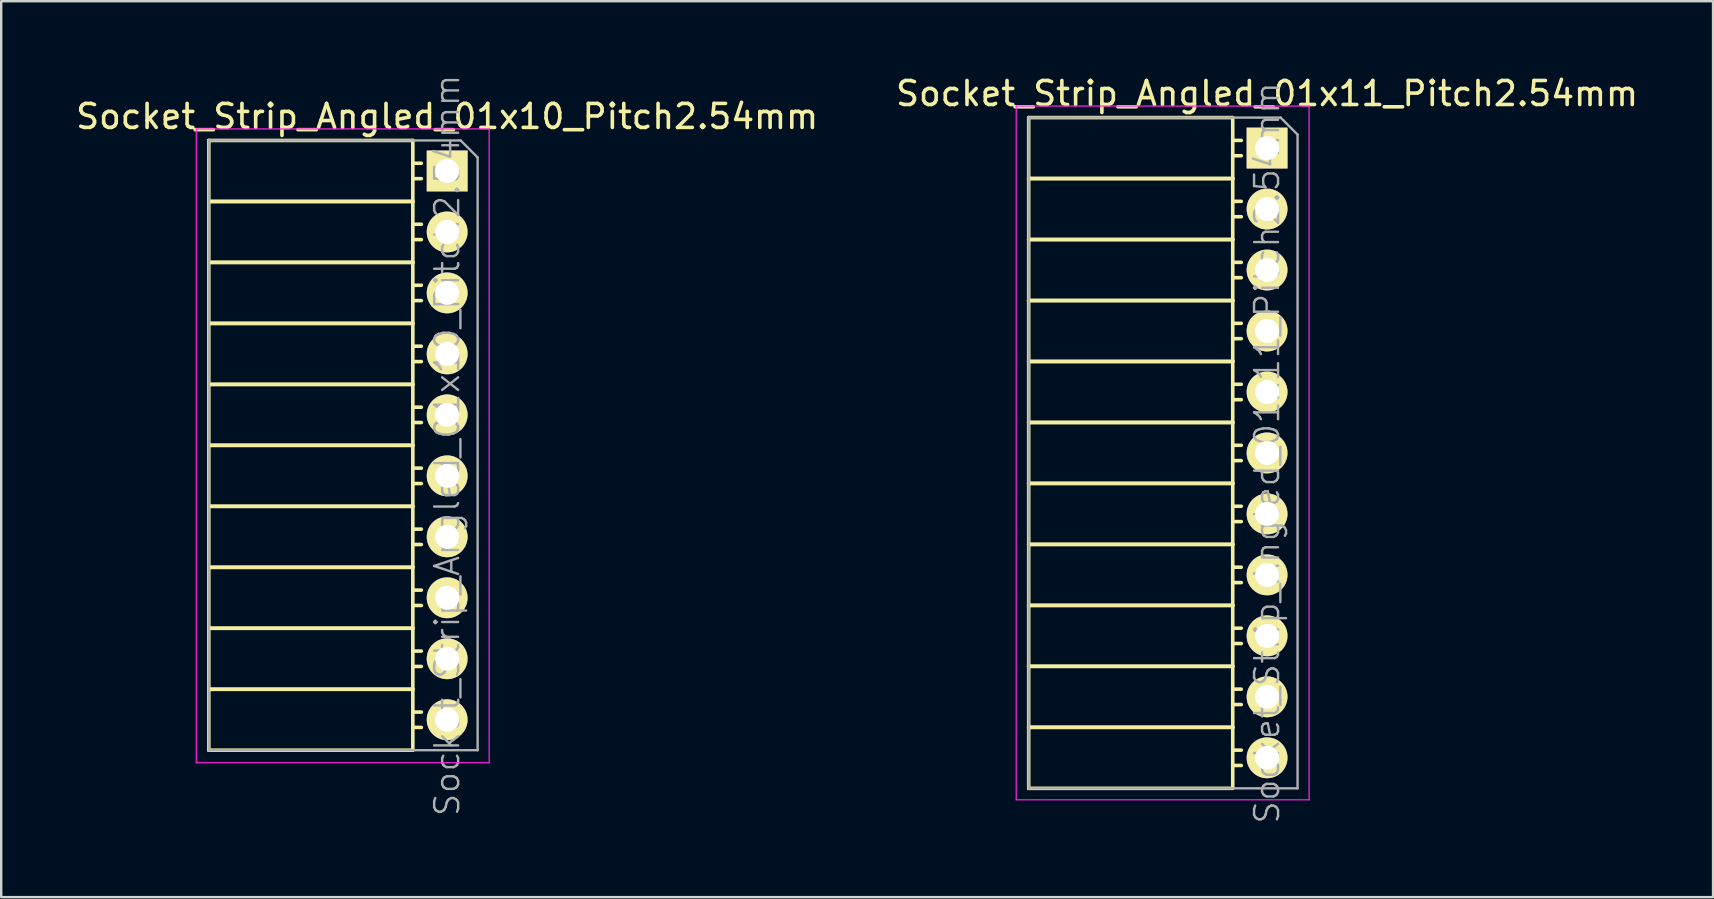
<source format=kicad_pcb>
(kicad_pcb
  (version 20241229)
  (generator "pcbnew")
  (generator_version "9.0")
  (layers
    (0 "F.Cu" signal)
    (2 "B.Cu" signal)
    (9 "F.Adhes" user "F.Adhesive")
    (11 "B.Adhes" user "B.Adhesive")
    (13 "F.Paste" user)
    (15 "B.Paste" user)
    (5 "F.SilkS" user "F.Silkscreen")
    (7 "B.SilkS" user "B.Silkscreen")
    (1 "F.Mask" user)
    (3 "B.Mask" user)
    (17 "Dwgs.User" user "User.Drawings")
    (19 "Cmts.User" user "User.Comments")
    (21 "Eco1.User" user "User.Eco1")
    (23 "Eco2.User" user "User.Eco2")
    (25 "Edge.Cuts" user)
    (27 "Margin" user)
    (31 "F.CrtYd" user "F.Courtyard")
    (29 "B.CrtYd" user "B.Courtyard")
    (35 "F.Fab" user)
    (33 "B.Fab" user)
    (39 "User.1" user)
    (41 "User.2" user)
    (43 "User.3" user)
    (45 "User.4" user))
  (footprint "Socket_Strip_Angled_01x10_Pitch2.54mm"
    (layer "F.Cu")
    (at 15.577 4.072)
    (property "Reference" "Socket_Strip_Angled_01x10_Pitch2.54mm" (at 0 -2.27 0) (layer "F.SilkS") (effects (font (size 1 1) (thickness 0.15))))
    (attr smd)
    (fp_line (start -9.93 -1.27) (end -9.93 1.27) (stroke (width 0.15) (type solid)) (layer "F.SilkS"))
    (fp_line (start -9.93 -1.27) (end -1.43 -1.27) (stroke (width 0.15) (type solid)) (layer "F.SilkS"))
    (fp_line (start -9.93 1.27) (end -9.93 3.81) (stroke (width 0.15) (type solid)) (layer "F.SilkS"))
    (fp_line (start -9.93 1.27) (end -1.43 1.27) (stroke (width 0.15) (type solid)) (layer "F.SilkS"))
    (fp_line (start -9.93 1.27) (end -1.43 1.27) (stroke (width 0.15) (type solid)) (layer "F.SilkS"))
    (fp_line (start -9.93 3.81) (end -9.93 6.35) (stroke (width 0.15) (type solid)) (layer "F.SilkS"))
    (fp_line (start -9.93 3.81) (end -1.43 3.81) (stroke (width 0.15) (type solid)) (layer "F.SilkS"))
    (fp_line (start -9.93 3.81) (end -1.43 3.81) (stroke (width 0.15) (type solid)) (layer "F.SilkS"))
    (fp_line (start -9.93 6.35) (end -9.93 8.89) (stroke (width 0.15) (type solid)) (layer "F.SilkS"))
    (fp_line (start -9.93 6.35) (end -1.43 6.35) (stroke (width 0.15) (type solid)) (layer "F.SilkS"))
    (fp_line (start -9.93 6.35) (end -1.43 6.35) (stroke (width 0.15) (type solid)) (layer "F.SilkS"))
    (fp_line (start -9.93 8.89) (end -9.93 11.43) (stroke (width 0.15) (type solid)) (layer "F.SilkS"))
    (fp_line (start -9.93 8.89) (end -1.43 8.89) (stroke (width 0.15) (type solid)) (layer "F.SilkS"))
    (fp_line (start -9.93 8.89) (end -1.43 8.89) (stroke (width 0.15) (type solid)) (layer "F.SilkS"))
    (fp_line (start -9.93 11.43) (end -9.93 13.97) (stroke (width 0.15) (type solid)) (layer "F.SilkS"))
    (fp_line (start -9.93 11.43) (end -1.43 11.43) (stroke (width 0.15) (type solid)) (layer "F.SilkS"))
    (fp_line (start -9.93 11.43) (end -1.43 11.43) (stroke (width 0.15) (type solid)) (layer "F.SilkS"))
    (fp_line (start -9.93 13.97) (end -9.93 16.51) (stroke (width 0.15) (type solid)) (layer "F.SilkS"))
    (fp_line (start -9.93 13.97) (end -1.43 13.97) (stroke (width 0.15) (type solid)) (layer "F.SilkS"))
    (fp_line (start -9.93 13.97) (end -1.43 13.97) (stroke (width 0.15) (type solid)) (layer "F.SilkS"))
    (fp_line (start -9.93 16.51) (end -9.93 19.05) (stroke (width 0.15) (type solid)) (layer "F.SilkS"))
    (fp_line (start -9.93 16.51) (end -1.43 16.51) (stroke (width 0.15) (type solid)) (layer "F.SilkS"))
    (fp_line (start -9.93 16.51) (end -1.43 16.51) (stroke (width 0.15) (type solid)) (layer "F.SilkS"))
    (fp_line (start -9.93 19.05) (end -9.93 21.59) (stroke (width 0.15) (type solid)) (layer "F.SilkS"))
    (fp_line (start -9.93 19.05) (end -1.43 19.05) (stroke (width 0.15) (type solid)) (layer "F.SilkS"))
    (fp_line (start -9.93 19.05) (end -1.43 19.05) (stroke (width 0.15) (type solid)) (layer "F.SilkS"))
    (fp_line (start -9.93 21.59) (end -9.93 24.13) (stroke (width 0.15) (type solid)) (layer "F.SilkS"))
    (fp_line (start -9.93 21.59) (end -1.43 21.59) (stroke (width 0.15) (type solid)) (layer "F.SilkS"))
    (fp_line (start -9.93 21.59) (end -1.43 21.59) (stroke (width 0.15) (type solid)) (layer "F.SilkS"))
    (fp_line (start -9.93 24.13) (end -1.43 24.13) (stroke (width 0.15) (type solid)) (layer "F.SilkS"))
    (fp_line (start -1.43 -1.27) (end -1.43 1.27) (stroke (width 0.15) (type solid)) (layer "F.SilkS"))
    (fp_line (start -1.43 -0.32) (end -1.075 -0.32) (stroke (width 0.15) (type solid)) (layer "F.SilkS"))
    (fp_line (start -1.43 0.32) (end -1.075 0.32) (stroke (width 0.15) (type solid)) (layer "F.SilkS"))
    (fp_line (start -1.43 1.27) (end -1.43 3.81) (stroke (width 0.15) (type solid)) (layer "F.SilkS"))
    (fp_line (start -1.43 2.22) (end -1.075 2.22) (stroke (width 0.15) (type solid)) (layer "F.SilkS"))
    (fp_line (start -1.43 2.86) (end -1.075 2.86) (stroke (width 0.15) (type solid)) (layer "F.SilkS"))
    (fp_line (start -1.43 3.81) (end -1.43 6.35) (stroke (width 0.15) (type solid)) (layer "F.SilkS"))
    (fp_line (start -1.43 4.76) (end -1.075 4.76) (stroke (width 0.15) (type solid)) (layer "F.SilkS"))
    (fp_line (start -1.43 5.4) (end -1.075 5.4) (stroke (width 0.15) (type solid)) (layer "F.SilkS"))
    (fp_line (start -1.43 6.35) (end -1.43 8.89) (stroke (width 0.15) (type solid)) (layer "F.SilkS"))
    (fp_line (start -1.43 7.3) (end -1.075 7.3) (stroke (width 0.15) (type solid)) (layer "F.SilkS"))
    (fp_line (start -1.43 7.94) (end -1.075 7.94) (stroke (width 0.15) (type solid)) (layer "F.SilkS"))
    (fp_line (start -1.43 8.89) (end -1.43 11.43) (stroke (width 0.15) (type solid)) (layer "F.SilkS"))
    (fp_line (start -1.43 9.84) (end -1.075 9.84) (stroke (width 0.15) (type solid)) (layer "F.SilkS"))
    (fp_line (start -1.43 10.48) (end -1.075 10.48) (stroke (width 0.15) (type solid)) (layer "F.SilkS"))
    (fp_line (start -1.43 11.43) (end -1.43 13.97) (stroke (width 0.15) (type solid)) (layer "F.SilkS"))
    (fp_line (start -1.43 12.38) (end -1.075 12.38) (stroke (width 0.15) (type solid)) (layer "F.SilkS"))
    (fp_line (start -1.43 13.02) (end -1.075 13.02) (stroke (width 0.15) (type solid)) (layer "F.SilkS"))
    (fp_line (start -1.43 13.97) (end -1.43 16.51) (stroke (width 0.15) (type solid)) (layer "F.SilkS"))
    (fp_line (start -1.43 14.92) (end -1.075 14.92) (stroke (width 0.15) (type solid)) (layer "F.SilkS"))
    (fp_line (start -1.43 15.56) (end -1.075 15.56) (stroke (width 0.15) (type solid)) (layer "F.SilkS"))
    (fp_line (start -1.43 16.51) (end -1.43 19.05) (stroke (width 0.15) (type solid)) (layer "F.SilkS"))
    (fp_line (start -1.43 17.46) (end -1.075 17.46) (stroke (width 0.15) (type solid)) (layer "F.SilkS"))
    (fp_line (start -1.43 18.1) (end -1.075 18.1) (stroke (width 0.15) (type solid)) (layer "F.SilkS"))
    (fp_line (start -1.43 19.05) (end -1.43 21.59) (stroke (width 0.15) (type solid)) (layer "F.SilkS"))
    (fp_line (start -1.43 20) (end -1.075 20) (stroke (width 0.15) (type solid)) (layer "F.SilkS"))
    (fp_line (start -1.43 20.64) (end -1.075 20.64) (stroke (width 0.15) (type solid)) (layer "F.SilkS"))
    (fp_line (start -1.43 21.59) (end -1.43 24.13) (stroke (width 0.15) (type solid)) (layer "F.SilkS"))
    (fp_line (start -1.43 22.54) (end -1.075 22.54) (stroke (width 0.15) (type solid)) (layer "F.SilkS"))
    (fp_line (start -1.43 23.18) (end -1.075 23.18) (stroke (width 0.15) (type solid)) (layer "F.SilkS"))
    (fp_line (start -10.45 -1.75) (end 1.75 -1.75) (stroke (width 0.05) (type solid)) (layer "F.CrtYd"))
    (fp_line (start -10.45 24.65) (end -10.45 -1.75) (stroke (width 0.05) (type solid)) (layer "F.CrtYd"))
    (fp_line (start -10.45 24.65) (end 1.75 24.65) (stroke (width 0.05) (type solid)) (layer "F.CrtYd"))
    (fp_line (start 1.75 24.65) (end 1.75 -1.75) (stroke (width 0.05) (type solid)) (layer "F.CrtYd"))
    (fp_line (start -9.93 -1.27) (end 0.563 -1.27) (stroke (width 0.1) (type solid)) (layer "F.Fab"))
    (fp_line (start -9.93 24.13) (end -9.93 -1.27) (stroke (width 0.1) (type solid)) (layer "F.Fab"))
    (fp_line (start -9.93 24.13) (end 1.27 24.13) (stroke (width 0.1) (type solid)) (layer "F.Fab"))
    (fp_line (start 1.27 -0.563) (end 0.563 -1.27) (stroke (width 0.1) (type solid)) (layer "F.Fab"))
    (fp_line (start 1.27 24.13) (end 1.27 -0.563) (stroke (width 0.1) (type solid)) (layer "F.Fab"))
    (fp_text user "${REFERENCE}" (at 0 11.43 90) (layer "F.Fab") (effects (font (size 1 1) (thickness 0.1))))
    (pad "1" thru_hole rect (at 0 0) (size 1.7 1.7) (drill 1) (layers "*.Cu" "*.Mask" "F.SilkS"))
    (pad "2" thru_hole oval (at 0 2.54) (size 1.7 1.7) (drill 1) (layers "*.Cu" "*.Mask" "F.SilkS"))
    (pad "3" thru_hole oval (at 0 5.08) (size 1.7 1.7) (drill 1) (layers "*.Cu" "*.Mask" "F.SilkS"))
    (pad "4" thru_hole oval (at 0 7.62) (size 1.7 1.7) (drill 1) (layers "*.Cu" "*.Mask" "F.SilkS"))
    (pad "5" thru_hole oval (at 0 10.16) (size 1.7 1.7) (drill 1) (layers "*.Cu" "*.Mask" "F.SilkS"))
    (pad "6" thru_hole oval (at 0 12.7) (size 1.7 1.7) (drill 1) (layers "*.Cu" "*.Mask" "F.SilkS"))
    (pad "7" thru_hole oval (at 0 15.24) (size 1.7 1.7) (drill 1) (layers "*.Cu" "*.Mask" "F.SilkS"))
    (pad "8" thru_hole oval (at 0 17.78) (size 1.7 1.7) (drill 1) (layers "*.Cu" "*.Mask" "F.SilkS"))
    (pad "9" thru_hole oval (at 0 20.32) (size 1.7 1.7) (drill 1) (layers "*.Cu" "*.Mask" "F.SilkS"))
    (pad "10" thru_hole oval (at 0 22.86) (size 1.7 1.7) (drill 1) (layers "*.Cu" "*.Mask" "F.SilkS")))
  (footprint "Socket_Strip_Angled_01x11_Pitch2.54mm"
    (layer "F.Cu")
    (at 49.732 3.118)
    (property "Reference" "Socket_Strip_Angled_01x11_Pitch2.54mm" (at 0 -2.27 0) (layer "F.SilkS") (effects (font (size 1 1) (thickness 0.15))))
    (attr smd)
    (fp_line (start -9.93 -1.27) (end -9.93 1.27) (stroke (width 0.15) (type solid)) (layer "F.SilkS"))
    (fp_line (start -9.93 -1.27) (end -1.43 -1.27) (stroke (width 0.15) (type solid)) (layer "F.SilkS"))
    (fp_line (start -9.93 1.27) (end -9.93 3.81) (stroke (width 0.15) (type solid)) (layer "F.SilkS"))
    (fp_line (start -9.93 1.27) (end -1.43 1.27) (stroke (width 0.15) (type solid)) (layer "F.SilkS"))
    (fp_line (start -9.93 1.27) (end -1.43 1.27) (stroke (width 0.15) (type solid)) (layer "F.SilkS"))
    (fp_line (start -9.93 3.81) (end -9.93 6.35) (stroke (width 0.15) (type solid)) (layer "F.SilkS"))
    (fp_line (start -9.93 3.81) (end -1.43 3.81) (stroke (width 0.15) (type solid)) (layer "F.SilkS"))
    (fp_line (start -9.93 3.81) (end -1.43 3.81) (stroke (width 0.15) (type solid)) (layer "F.SilkS"))
    (fp_line (start -9.93 6.35) (end -9.93 8.89) (stroke (width 0.15) (type solid)) (layer "F.SilkS"))
    (fp_line (start -9.93 6.35) (end -1.43 6.35) (stroke (width 0.15) (type solid)) (layer "F.SilkS"))
    (fp_line (start -9.93 6.35) (end -1.43 6.35) (stroke (width 0.15) (type solid)) (layer "F.SilkS"))
    (fp_line (start -9.93 8.89) (end -9.93 11.43) (stroke (width 0.15) (type solid)) (layer "F.SilkS"))
    (fp_line (start -9.93 8.89) (end -1.43 8.89) (stroke (width 0.15) (type solid)) (layer "F.SilkS"))
    (fp_line (start -9.93 8.89) (end -1.43 8.89) (stroke (width 0.15) (type solid)) (layer "F.SilkS"))
    (fp_line (start -9.93 11.43) (end -9.93 13.97) (stroke (width 0.15) (type solid)) (layer "F.SilkS"))
    (fp_line (start -9.93 11.43) (end -1.43 11.43) (stroke (width 0.15) (type solid)) (layer "F.SilkS"))
    (fp_line (start -9.93 11.43) (end -1.43 11.43) (stroke (width 0.15) (type solid)) (layer "F.SilkS"))
    (fp_line (start -9.93 13.97) (end -9.93 16.51) (stroke (width 0.15) (type solid)) (layer "F.SilkS"))
    (fp_line (start -9.93 13.97) (end -1.43 13.97) (stroke (width 0.15) (type solid)) (layer "F.SilkS"))
    (fp_line (start -9.93 13.97) (end -1.43 13.97) (stroke (width 0.15) (type solid)) (layer "F.SilkS"))
    (fp_line (start -9.93 16.51) (end -9.93 19.05) (stroke (width 0.15) (type solid)) (layer "F.SilkS"))
    (fp_line (start -9.93 16.51) (end -1.43 16.51) (stroke (width 0.15) (type solid)) (layer "F.SilkS"))
    (fp_line (start -9.93 16.51) (end -1.43 16.51) (stroke (width 0.15) (type solid)) (layer "F.SilkS"))
    (fp_line (start -9.93 19.05) (end -9.93 21.59) (stroke (width 0.15) (type solid)) (layer "F.SilkS"))
    (fp_line (start -9.93 19.05) (end -1.43 19.05) (stroke (width 0.15) (type solid)) (layer "F.SilkS"))
    (fp_line (start -9.93 19.05) (end -1.43 19.05) (stroke (width 0.15) (type solid)) (layer "F.SilkS"))
    (fp_line (start -9.93 21.59) (end -9.93 24.13) (stroke (width 0.15) (type solid)) (layer "F.SilkS"))
    (fp_line (start -9.93 21.59) (end -1.43 21.59) (stroke (width 0.15) (type solid)) (layer "F.SilkS"))
    (fp_line (start -9.93 21.59) (end -1.43 21.59) (stroke (width 0.15) (type solid)) (layer "F.SilkS"))
    (fp_line (start -9.93 24.13) (end -9.93 26.67) (stroke (width 0.15) (type solid)) (layer "F.SilkS"))
    (fp_line (start -9.93 24.13) (end -1.43 24.13) (stroke (width 0.15) (type solid)) (layer "F.SilkS"))
    (fp_line (start -9.93 24.13) (end -1.43 24.13) (stroke (width 0.15) (type solid)) (layer "F.SilkS"))
    (fp_line (start -9.93 26.67) (end -1.43 26.67) (stroke (width 0.15) (type solid)) (layer "F.SilkS"))
    (fp_line (start -1.43 -1.27) (end -1.43 1.27) (stroke (width 0.15) (type solid)) (layer "F.SilkS"))
    (fp_line (start -1.43 -0.32) (end -1.075 -0.32) (stroke (width 0.15) (type solid)) (layer "F.SilkS"))
    (fp_line (start -1.43 0.32) (end -1.075 0.32) (stroke (width 0.15) (type solid)) (layer "F.SilkS"))
    (fp_line (start -1.43 1.27) (end -1.43 3.81) (stroke (width 0.15) (type solid)) (layer "F.SilkS"))
    (fp_line (start -1.43 2.22) (end -1.075 2.22) (stroke (width 0.15) (type solid)) (layer "F.SilkS"))
    (fp_line (start -1.43 2.86) (end -1.075 2.86) (stroke (width 0.15) (type solid)) (layer "F.SilkS"))
    (fp_line (start -1.43 3.81) (end -1.43 6.35) (stroke (width 0.15) (type solid)) (layer "F.SilkS"))
    (fp_line (start -1.43 4.76) (end -1.075 4.76) (stroke (width 0.15) (type solid)) (layer "F.SilkS"))
    (fp_line (start -1.43 5.4) (end -1.075 5.4) (stroke (width 0.15) (type solid)) (layer "F.SilkS"))
    (fp_line (start -1.43 6.35) (end -1.43 8.89) (stroke (width 0.15) (type solid)) (layer "F.SilkS"))
    (fp_line (start -1.43 7.3) (end -1.075 7.3) (stroke (width 0.15) (type solid)) (layer "F.SilkS"))
    (fp_line (start -1.43 7.94) (end -1.075 7.94) (stroke (width 0.15) (type solid)) (layer "F.SilkS"))
    (fp_line (start -1.43 8.89) (end -1.43 11.43) (stroke (width 0.15) (type solid)) (layer "F.SilkS"))
    (fp_line (start -1.43 9.84) (end -1.075 9.84) (stroke (width 0.15) (type solid)) (layer "F.SilkS"))
    (fp_line (start -1.43 10.48) (end -1.075 10.48) (stroke (width 0.15) (type solid)) (layer "F.SilkS"))
    (fp_line (start -1.43 11.43) (end -1.43 13.97) (stroke (width 0.15) (type solid)) (layer "F.SilkS"))
    (fp_line (start -1.43 12.38) (end -1.075 12.38) (stroke (width 0.15) (type solid)) (layer "F.SilkS"))
    (fp_line (start -1.43 13.02) (end -1.075 13.02) (stroke (width 0.15) (type solid)) (layer "F.SilkS"))
    (fp_line (start -1.43 13.97) (end -1.43 16.51) (stroke (width 0.15) (type solid)) (layer "F.SilkS"))
    (fp_line (start -1.43 14.92) (end -1.075 14.92) (stroke (width 0.15) (type solid)) (layer "F.SilkS"))
    (fp_line (start -1.43 15.56) (end -1.075 15.56) (stroke (width 0.15) (type solid)) (layer "F.SilkS"))
    (fp_line (start -1.43 16.51) (end -1.43 19.05) (stroke (width 0.15) (type solid)) (layer "F.SilkS"))
    (fp_line (start -1.43 17.46) (end -1.075 17.46) (stroke (width 0.15) (type solid)) (layer "F.SilkS"))
    (fp_line (start -1.43 18.1) (end -1.075 18.1) (stroke (width 0.15) (type solid)) (layer "F.SilkS"))
    (fp_line (start -1.43 19.05) (end -1.43 21.59) (stroke (width 0.15) (type solid)) (layer "F.SilkS"))
    (fp_line (start -1.43 20) (end -1.075 20) (stroke (width 0.15) (type solid)) (layer "F.SilkS"))
    (fp_line (start -1.43 20.64) (end -1.075 20.64) (stroke (width 0.15) (type solid)) (layer "F.SilkS"))
    (fp_line (start -1.43 21.59) (end -1.43 24.13) (stroke (width 0.15) (type solid)) (layer "F.SilkS"))
    (fp_line (start -1.43 22.54) (end -1.075 22.54) (stroke (width 0.15) (type solid)) (layer "F.SilkS"))
    (fp_line (start -1.43 23.18) (end -1.075 23.18) (stroke (width 0.15) (type solid)) (layer "F.SilkS"))
    (fp_line (start -1.43 24.13) (end -1.43 26.67) (stroke (width 0.15) (type solid)) (layer "F.SilkS"))
    (fp_line (start -1.43 25.08) (end -1.075 25.08) (stroke (width 0.15) (type solid)) (layer "F.SilkS"))
    (fp_line (start -1.43 25.72) (end -1.075 25.72) (stroke (width 0.15) (type solid)) (layer "F.SilkS"))
    (fp_line (start -10.45 -1.75) (end 1.75 -1.75) (stroke (width 0.05) (type solid)) (layer "F.CrtYd"))
    (fp_line (start -10.45 27.15) (end -10.45 -1.75) (stroke (width 0.05) (type solid)) (layer "F.CrtYd"))
    (fp_line (start -10.45 27.15) (end 1.75 27.15) (stroke (width 0.05) (type solid)) (layer "F.CrtYd"))
    (fp_line (start 1.75 27.15) (end 1.75 -1.75) (stroke (width 0.05) (type solid)) (layer "F.CrtYd"))
    (fp_line (start -9.93 -1.27) (end 0.563 -1.27) (stroke (width 0.1) (type solid)) (layer "F.Fab"))
    (fp_line (start -9.93 26.67) (end -9.93 -1.27) (stroke (width 0.1) (type solid)) (layer "F.Fab"))
    (fp_line (start -9.93 26.67) (end 1.27 26.67) (stroke (width 0.1) (type solid)) (layer "F.Fab"))
    (fp_line (start 1.27 -0.563) (end 0.563 -1.27) (stroke (width 0.1) (type solid)) (layer "F.Fab"))
    (fp_line (start 1.27 26.67) (end 1.27 -0.563) (stroke (width 0.1) (type solid)) (layer "F.Fab"))
    (fp_text user "${REFERENCE}" (at 0 12.7 90) (layer "F.Fab") (effects (font (size 1 1) (thickness 0.1))))
    (pad "1" thru_hole rect (at 0 0) (size 1.7 1.7) (drill 1) (layers "*.Cu" "*.Mask" "F.SilkS"))
    (pad "2" thru_hole oval (at 0 2.54) (size 1.7 1.7) (drill 1) (layers "*.Cu" "*.Mask" "F.SilkS"))
    (pad "3" thru_hole oval (at 0 5.08) (size 1.7 1.7) (drill 1) (layers "*.Cu" "*.Mask" "F.SilkS"))
    (pad "4" thru_hole oval (at 0 7.62) (size 1.7 1.7) (drill 1) (layers "*.Cu" "*.Mask" "F.SilkS"))
    (pad "5" thru_hole oval (at 0 10.16) (size 1.7 1.7) (drill 1) (layers "*.Cu" "*.Mask" "F.SilkS"))
    (pad "6" thru_hole oval (at 0 12.7) (size 1.7 1.7) (drill 1) (layers "*.Cu" "*.Mask" "F.SilkS"))
    (pad "7" thru_hole oval (at 0 15.24) (size 1.7 1.7) (drill 1) (layers "*.Cu" "*.Mask" "F.SilkS"))
    (pad "8" thru_hole oval (at 0 17.78) (size 1.7 1.7) (drill 1) (layers "*.Cu" "*.Mask" "F.SilkS"))
    (pad "9" thru_hole oval (at 0 20.32) (size 1.7 1.7) (drill 1) (layers "*.Cu" "*.Mask" "F.SilkS"))
    (pad "10" thru_hole oval (at 0 22.86) (size 1.7 1.7) (drill 1) (layers "*.Cu" "*.Mask" "F.SilkS"))
    (pad "11" thru_hole oval (at 0 25.4) (size 1.7 1.7) (drill 1) (layers "*.Cu" "*.Mask" "F.SilkS")))
  (gr_rect
    (start -3 -3)
    (end 68.31 34.321)
    (stroke (width 0.1) (type default))
    (fill no)
    (layer "Edge.Cuts")))
</source>
